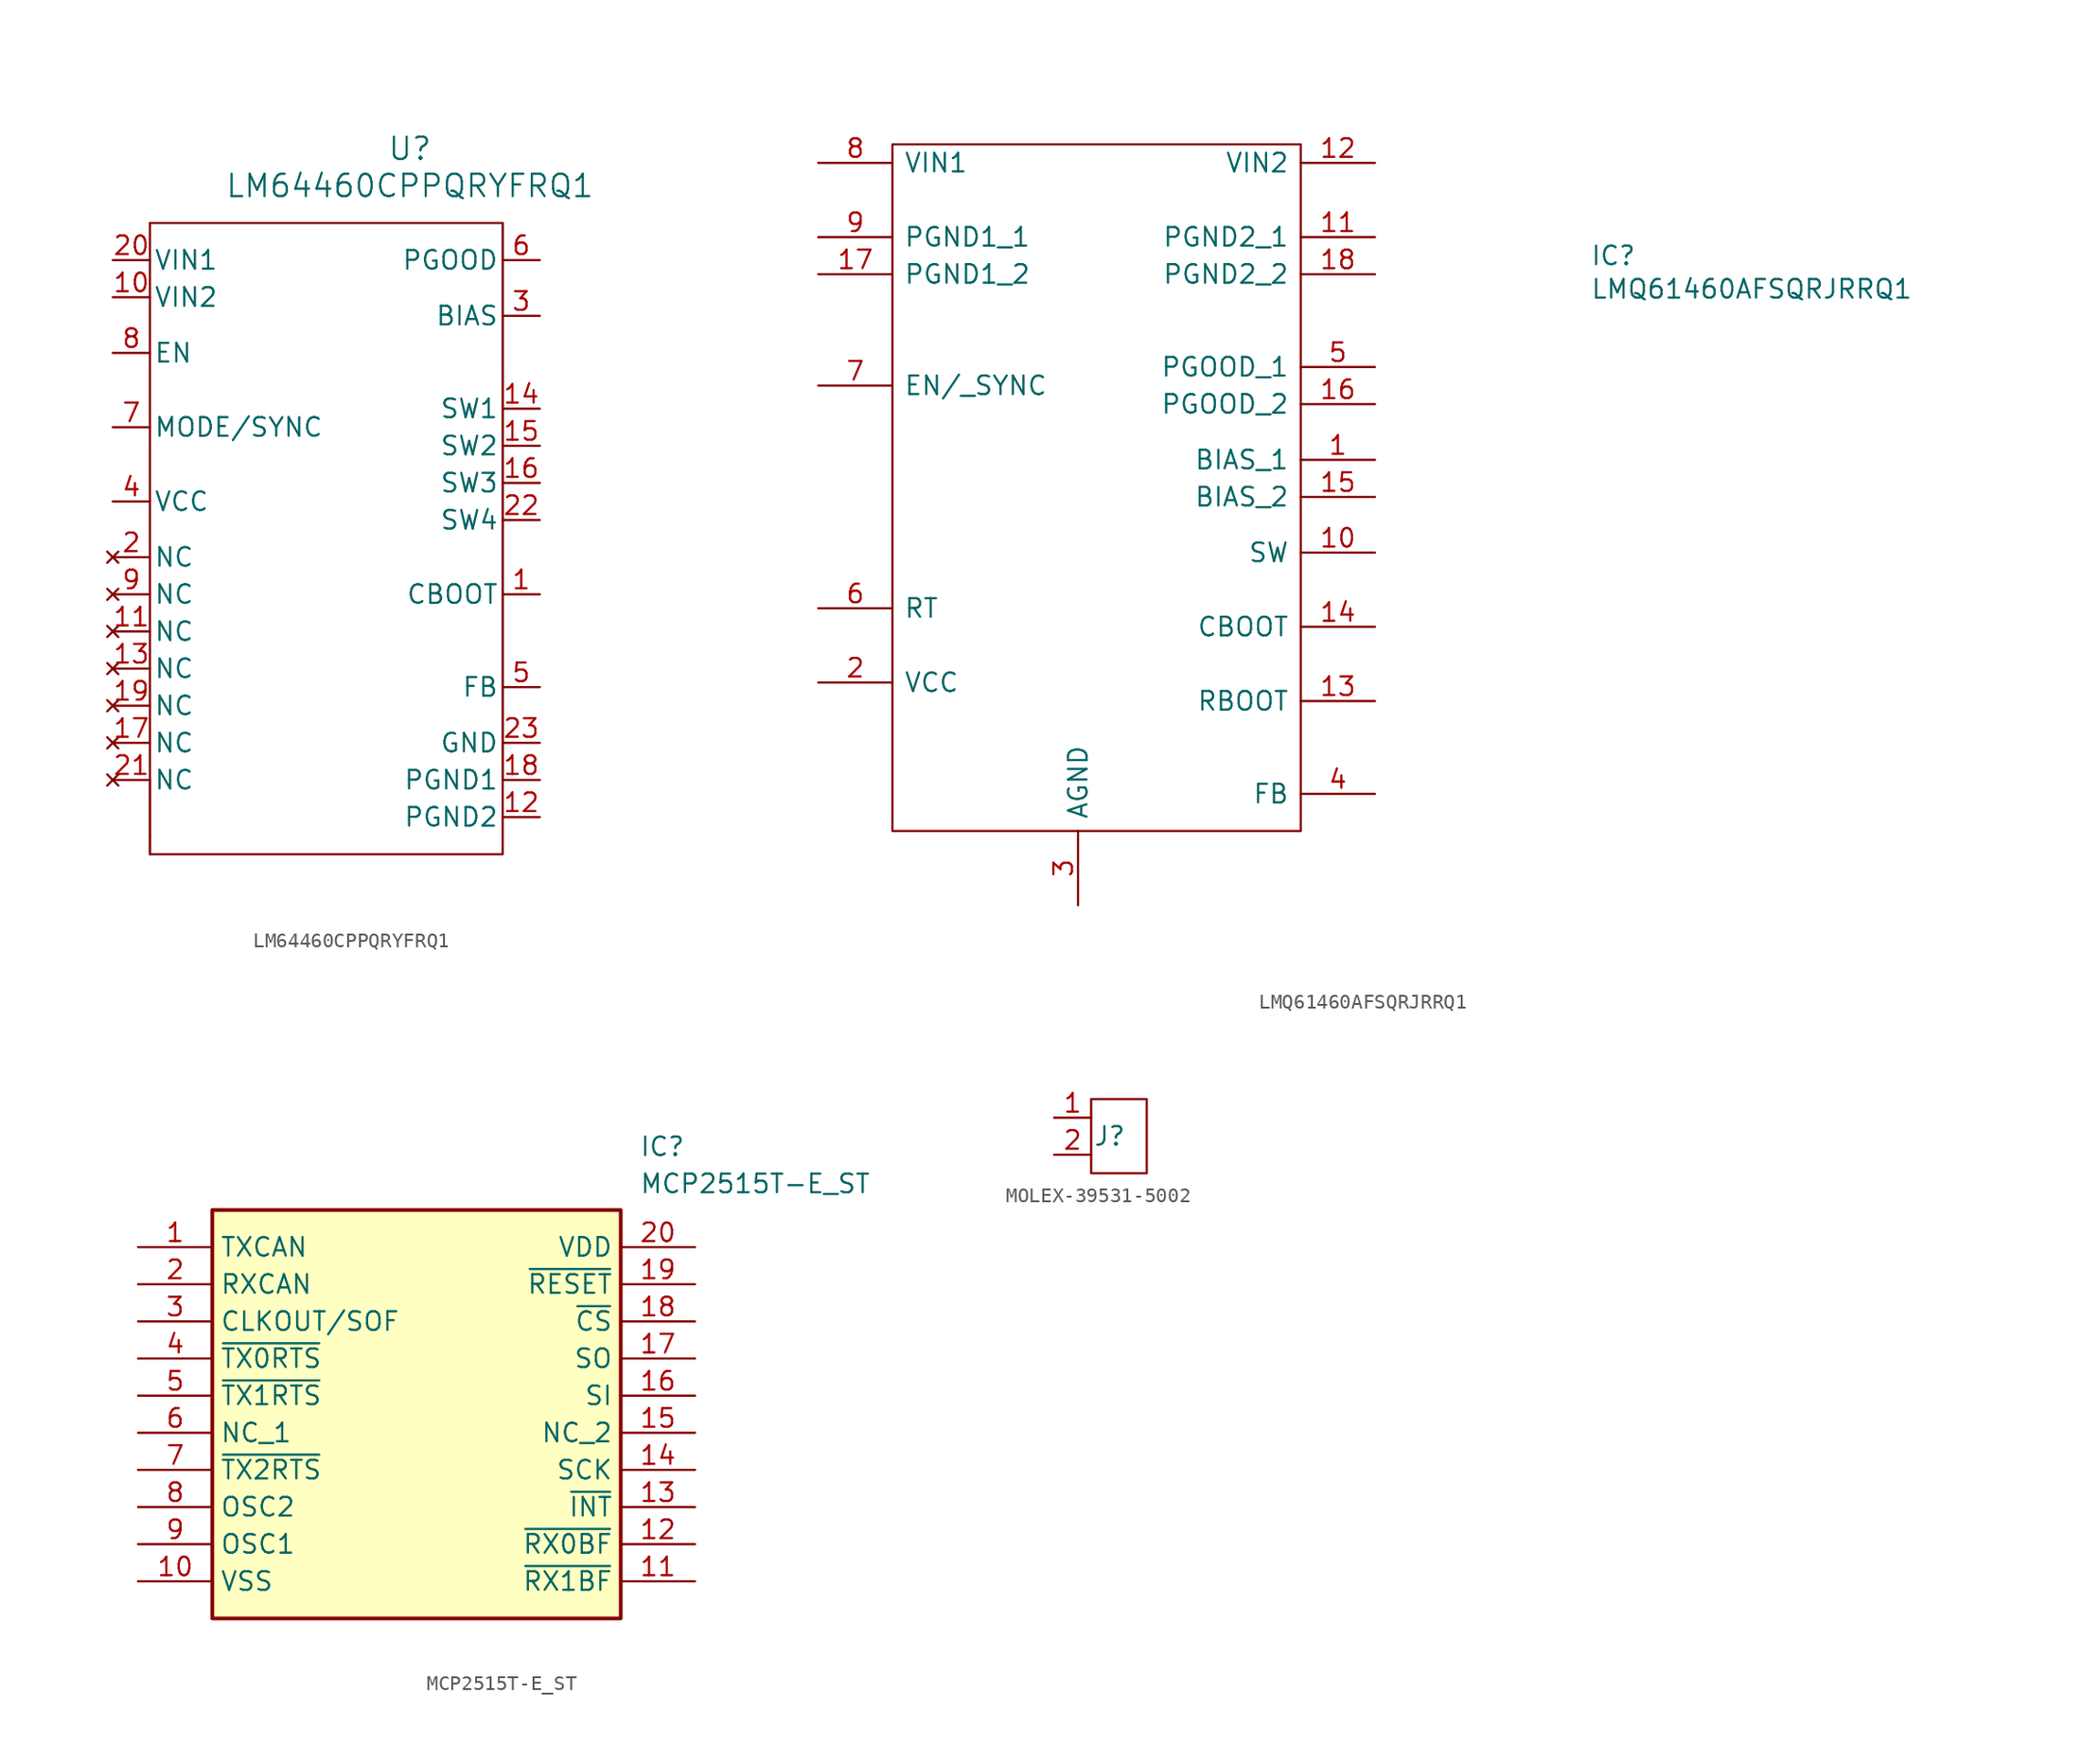
<source format=kicad_sym>
(kicad_symbol_lib
  (version 20231120)
  (generator "kicad_symbol_editor")
  (generator_version "8.0")
  (symbol "LM64460CPPQRYFRQ1"
    (pin_names
      (offset 0.254))
    (property "Reference" "U"
      (at 25.4 10.16 0)
      (effects (font (size 1.524 1.524))))
    (property "Value" "LM64460CPPQRYFRQ1"
      (at 25.4 7.62 0)
      (effects (font (size 1.524 1.524))))
    (property "ki_locked" ""
      (at 0 0 0)
      (effects (font (size 1.27 1.27))))
    (symbol "LM64460CPPQRYFRQ1_0_1"
      (polyline (pts (xy 7.62 5.08) (xy 7.62 -33.02)) (stroke (width 0.127) (type default)) (fill (type none)))
      (polyline (pts (xy 31.75 -33.02) (xy 31.75 5.08)) (stroke (width 0.127) (type default)) (fill (type none)))
      (pin power_in line (at 34.29 -20.32 180) (length 2.54) (name "CBOOT" (effects (font (size 1.27 1.27)))) (number "1" (effects (font (size 1.27 1.27)))))
      (pin power_in line (at 5.08 0 0) (length 2.54) (name "VIN2" (effects (font (size 1.27 1.27)))) (number "10" (effects (font (size 1.27 1.27)))))
      (pin no_connect line (at 5.08 -22.86 0) (length 2.54) (name "NC" (effects (font (size 1.27 1.27)))) (number "11" (effects (font (size 1.27 1.27)))))
      (pin power_out line (at 34.29 -35.56 180) (length 2.54) (name "PGND2" (effects (font (size 1.27 1.27)))) (number "12" (effects (font (size 1.27 1.27)))))
      (pin no_connect line (at 5.08 -25.4 0) (length 2.54) (name "NC" (effects (font (size 1.27 1.27)))) (number "13" (effects (font (size 1.27 1.27)))))
      (pin power_in line (at 34.29 -7.62 180) (length 2.54) (name "SW1" (effects (font (size 1.27 1.27)))) (number "14" (effects (font (size 1.27 1.27)))))
      (pin power_in line (at 34.29 -10.16 180) (length 2.54) (name "SW2" (effects (font (size 1.27 1.27)))) (number "15" (effects (font (size 1.27 1.27)))))
      (pin power_in line (at 34.29 -12.7 180) (length 2.54) (name "SW3" (effects (font (size 1.27 1.27)))) (number "16" (effects (font (size 1.27 1.27)))))
      (pin no_connect line (at 5.08 -30.48 0) (length 2.54) (name "NC" (effects (font (size 1.27 1.27)))) (number "17" (effects (font (size 1.27 1.27)))))
      (pin power_out line (at 34.29 -33.02 180) (length 2.54) (name "PGND1" (effects (font (size 1.27 1.27)))) (number "18" (effects (font (size 1.27 1.27)))))
      (pin no_connect line (at 5.08 -27.94 0) (length 2.54) (name "NC" (effects (font (size 1.27 1.27)))) (number "19" (effects (font (size 1.27 1.27)))))
      (pin no_connect line (at 5.08 -17.78 0) (length 2.54) (name "NC" (effects (font (size 1.27 1.27)))) (number "2" (effects (font (size 1.27 1.27)))))
      (pin power_in line (at 5.08 2.54 0) (length 2.54) (name "VIN1" (effects (font (size 1.27 1.27)))) (number "20" (effects (font (size 1.27 1.27)))))
      (pin no_connect line (at 5.08 -33.02 0) (length 2.54) (name "NC" (effects (font (size 1.27 1.27)))) (number "21" (effects (font (size 1.27 1.27)))))
      (pin power_in line (at 34.29 -15.24 180) (length 2.54) (name "SW4" (effects (font (size 1.27 1.27)))) (number "22" (effects (font (size 1.27 1.27)))))
      (pin power_out line (at 34.29 -30.48 180) (length 2.54) (name "GND" (effects (font (size 1.27 1.27)))) (number "23" (effects (font (size 1.27 1.27)))))
      (pin power_in line (at 34.29 -1.27 180) (length 2.54) (name "BIAS" (effects (font (size 1.27 1.27)))) (number "3" (effects (font (size 1.27 1.27)))))
      (pin output line (at 5.08 -13.97 0) (length 2.54) (name "VCC" (effects (font (size 1.27 1.27)))) (number "4" (effects (font (size 1.27 1.27)))))
      (pin input line (at 34.29 -26.67 180) (length 2.54) (name "FB" (effects (font (size 1.27 1.27)))) (number "5" (effects (font (size 1.27 1.27)))))
      (pin output line (at 34.29 2.54 180) (length 2.54) (name "PGOOD" (effects (font (size 1.27 1.27)))) (number "6" (effects (font (size 1.27 1.27)))))
      (pin input line (at 5.08 -8.89 0) (length 2.54) (name "MODE/SYNC" (effects (font (size 1.27 1.27)))) (number "7" (effects (font (size 1.27 1.27)))))
      (pin input line (at 5.08 -3.81 0) (length 2.54) (name "EN" (effects (font (size 1.27 1.27)))) (number "8" (effects (font (size 1.27 1.27)))))
      (pin no_connect line (at 5.08 -20.32 0) (length 2.54) (name "NC" (effects (font (size 1.27 1.27)))) (number "9" (effects (font (size 1.27 1.27))))))
    (symbol "LM64460CPPQRYFRQ1_1_1"
      (polyline (pts (xy 7.62 -36.83) (xy 7.62 -38.1)) (stroke (width 0) (type default)) (fill (type none)))
      (polyline (pts (xy 7.62 -33.02) (xy 7.62 -36.83)) (stroke (width 0) (type default)) (fill (type none)))
      (rectangle (start 7.62 5.08) (end 31.75 -38.1) (stroke (width 0) (type default)) (fill (type none)))))
  (symbol "LMQ61460AFSQRJRRQ1"
    (pin_names
      (offset 0.762))
    (property "Reference" "IC"
      (at 52.832 7.62 0)
      (effects (font (size 1.27 1.27)) (justify left)))
    (property "Value" "LMQ61460AFSQRJRRQ1"
      (at 52.832 5.334 0)
      (effects (font (size 1.27 1.27)) (justify left)))
    (symbol "LMQ61460AFSQRJRRQ1_0_0"
      (pin passive line (at 38.1 -6.35 180) (length 5.08) (name "BIAS_1" (effects (font (size 1.27 1.27)))) (number "1" (effects (font (size 1.27 1.27)))))
      (pin passive line (at 38.1 -12.7 180) (length 5.08) (name "SW" (effects (font (size 1.27 1.27)))) (number "10" (effects (font (size 1.27 1.27)))))
      (pin passive line (at 38.1 8.89 180) (length 5.08) (name "PGND2_1" (effects (font (size 1.27 1.27)))) (number "11" (effects (font (size 1.27 1.27)))))
      (pin passive line (at 38.1 13.97 180) (length 5.08) (name "VIN2" (effects (font (size 1.27 1.27)))) (number "12" (effects (font (size 1.27 1.27)))))
      (pin passive line (at 38.1 -22.86 180) (length 5.08) (name "RBOOT" (effects (font (size 1.27 1.27)))) (number "13" (effects (font (size 1.27 1.27)))))
      (pin passive line (at 38.1 -17.78 180) (length 5.08) (name "CBOOT" (effects (font (size 1.27 1.27)))) (number "14" (effects (font (size 1.27 1.27)))))
      (pin passive line (at 38.1 -8.89 180) (length 5.08) (name "BIAS_2" (effects (font (size 1.27 1.27)))) (number "15" (effects (font (size 1.27 1.27)))))
      (pin passive line (at 38.1 -2.54 180) (length 5.08) (name "PGOOD_2" (effects (font (size 1.27 1.27)))) (number "16" (effects (font (size 1.27 1.27)))))
      (pin passive line (at 0 6.35 0) (length 5.08) (name "PGND1_2" (effects (font (size 1.27 1.27)))) (number "17" (effects (font (size 1.27 1.27)))))
      (pin passive line (at 38.1 6.35 180) (length 5.08) (name "PGND2_2" (effects (font (size 1.27 1.27)))) (number "18" (effects (font (size 1.27 1.27)))))
      (pin passive line (at 0 -21.59 0) (length 5.08) (name "VCC" (effects (font (size 1.27 1.27)))) (number "2" (effects (font (size 1.27 1.27)))))
      (pin passive line (at 17.78 -36.83 90) (length 5.08) (name "AGND" (effects (font (size 1.27 1.27)))) (number "3" (effects (font (size 1.27 1.27)))))
      (pin passive line (at 38.1 -29.21 180) (length 5.08) (name "FB" (effects (font (size 1.27 1.27)))) (number "4" (effects (font (size 1.27 1.27)))))
      (pin passive line (at 38.1 0 180) (length 5.08) (name "PGOOD_1" (effects (font (size 1.27 1.27)))) (number "5" (effects (font (size 1.27 1.27)))))
      (pin passive line (at 0 -16.51 0) (length 5.08) (name "RT" (effects (font (size 1.27 1.27)))) (number "6" (effects (font (size 1.27 1.27)))))
      (pin passive line (at 0 -1.27 0) (length 5.08) (name "EN/_SYNC" (effects (font (size 1.27 1.27)))) (number "7" (effects (font (size 1.27 1.27)))))
      (pin passive line (at 0 13.97 0) (length 5.08) (name "VIN1" (effects (font (size 1.27 1.27)))) (number "8" (effects (font (size 1.27 1.27)))))
      (pin passive line (at 0 8.89 0) (length 5.08) (name "PGND1_1" (effects (font (size 1.27 1.27)))) (number "9" (effects (font (size 1.27 1.27))))))
    (symbol "LMQ61460AFSQRJRRQ1_0_1"
      (polyline (pts (xy 5.08 15.24) (xy 33.02 15.24) (xy 33.02 -31.75) (xy 5.08 -31.75) (xy 5.08 15.24)) (stroke (width 0.152) (type solid)) (fill (type none)))))
  (symbol "MCP2515T-E_ST"
    (property "Reference" "IC"
      (at 34.29 7.62 0)
      (effects (font (size 1.27 1.27)) (justify left top)))
    (property "Value" "MCP2515T-E_ST"
      (at 34.29 5.08 0)
      (effects (font (size 1.27 1.27)) (justify left top)))
    (symbol "MCP2515T-E_ST_1_1"
      (rectangle (start 5.08 2.54) (end 33.02 -25.4) (stroke (width 0.254) (type default)) (fill (type background)))
      (pin passive line (at 0 0 0) (length 5.08) (name "TXCAN" (effects (font (size 1.27 1.27)))) (number "1" (effects (font (size 1.27 1.27)))))
      (pin passive line (at 0 -22.86 0) (length 5.08) (name "VSS" (effects (font (size 1.27 1.27)))) (number "10" (effects (font (size 1.27 1.27)))))
      (pin passive line (at 38.1 -22.86 180) (length 5.08) (name "~{RX1BF}" (effects (font (size 1.27 1.27)))) (number "11" (effects (font (size 1.27 1.27)))))
      (pin passive line (at 38.1 -20.32 180) (length 5.08) (name "~{RX0BF}" (effects (font (size 1.27 1.27)))) (number "12" (effects (font (size 1.27 1.27)))))
      (pin passive line (at 38.1 -17.78 180) (length 5.08) (name "~{INT}" (effects (font (size 1.27 1.27)))) (number "13" (effects (font (size 1.27 1.27)))))
      (pin passive line (at 38.1 -15.24 180) (length 5.08) (name "SCK" (effects (font (size 1.27 1.27)))) (number "14" (effects (font (size 1.27 1.27)))))
      (pin passive line (at 38.1 -12.7 180) (length 5.08) (name "NC_2" (effects (font (size 1.27 1.27)))) (number "15" (effects (font (size 1.27 1.27)))))
      (pin passive line (at 38.1 -10.16 180) (length 5.08) (name "SI" (effects (font (size 1.27 1.27)))) (number "16" (effects (font (size 1.27 1.27)))))
      (pin passive line (at 38.1 -7.62 180) (length 5.08) (name "SO" (effects (font (size 1.27 1.27)))) (number "17" (effects (font (size 1.27 1.27)))))
      (pin passive line (at 38.1 -5.08 180) (length 5.08) (name "~{CS}" (effects (font (size 1.27 1.27)))) (number "18" (effects (font (size 1.27 1.27)))))
      (pin passive line (at 38.1 -2.54 180) (length 5.08) (name "~{RESET}" (effects (font (size 1.27 1.27)))) (number "19" (effects (font (size 1.27 1.27)))))
      (pin passive line (at 0 -2.54 0) (length 5.08) (name "RXCAN" (effects (font (size 1.27 1.27)))) (number "2" (effects (font (size 1.27 1.27)))))
      (pin passive line (at 38.1 0 180) (length 5.08) (name "VDD" (effects (font (size 1.27 1.27)))) (number "20" (effects (font (size 1.27 1.27)))))
      (pin passive line (at 0 -5.08 0) (length 5.08) (name "CLKOUT/SOF" (effects (font (size 1.27 1.27)))) (number "3" (effects (font (size 1.27 1.27)))))
      (pin passive line (at 0 -7.62 0) (length 5.08) (name "~{TX0RTS}" (effects (font (size 1.27 1.27)))) (number "4" (effects (font (size 1.27 1.27)))))
      (pin passive line (at 0 -10.16 0) (length 5.08) (name "~{TX1RTS}" (effects (font (size 1.27 1.27)))) (number "5" (effects (font (size 1.27 1.27)))))
      (pin passive line (at 0 -12.7 0) (length 5.08) (name "NC_1" (effects (font (size 1.27 1.27)))) (number "6" (effects (font (size 1.27 1.27)))))
      (pin passive line (at 0 -15.24 0) (length 5.08) (name "~{TX2RTS}" (effects (font (size 1.27 1.27)))) (number "7" (effects (font (size 1.27 1.27)))))
      (pin passive line (at 0 -17.78 0) (length 5.08) (name "OSC2" (effects (font (size 1.27 1.27)))) (number "8" (effects (font (size 1.27 1.27)))))
      (pin passive line (at 0 -20.32 0) (length 5.08) (name "OSC1" (effects (font (size 1.27 1.27)))) (number "9" (effects (font (size 1.27 1.27)))))))
  (symbol "MOLEX-39531-5002"
    (property "Reference" "J"
      (at 0 0 0)
      (effects (font (size 1.27 1.27))))
    (property "Value" ""
      (at 0 0 0)
      (effects (font (size 1.27 1.27))))
    (symbol "MOLEX-39531-5002_0_1"
      (rectangle (start -1.27 2.54) (end 2.54 -2.54) (stroke (width 0) (type default)) (fill (type none))))
    (symbol "MOLEX-39531-5002_1_1"
      (pin passive line (at -3.81 1.27 0) (length 2.54) (name "" (effects (font (size 1.27 1.27)))) (number "1" (effects (font (size 1.27 1.27)))))
      (pin passive line (at -3.81 -1.27 0) (length 2.54) (name "" (effects (font (size 1.27 1.27)))) (number "2" (effects (font (size 1.27 1.27))))))))
</source>
